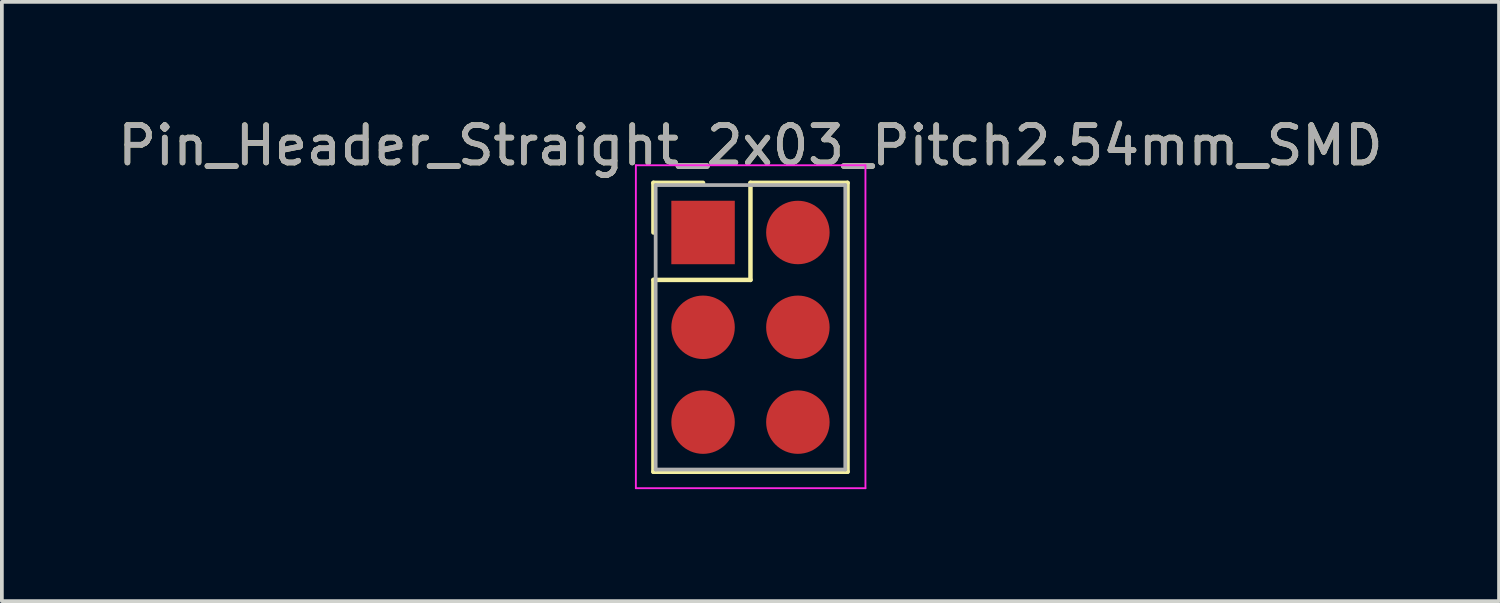
<source format=kicad_pcb>
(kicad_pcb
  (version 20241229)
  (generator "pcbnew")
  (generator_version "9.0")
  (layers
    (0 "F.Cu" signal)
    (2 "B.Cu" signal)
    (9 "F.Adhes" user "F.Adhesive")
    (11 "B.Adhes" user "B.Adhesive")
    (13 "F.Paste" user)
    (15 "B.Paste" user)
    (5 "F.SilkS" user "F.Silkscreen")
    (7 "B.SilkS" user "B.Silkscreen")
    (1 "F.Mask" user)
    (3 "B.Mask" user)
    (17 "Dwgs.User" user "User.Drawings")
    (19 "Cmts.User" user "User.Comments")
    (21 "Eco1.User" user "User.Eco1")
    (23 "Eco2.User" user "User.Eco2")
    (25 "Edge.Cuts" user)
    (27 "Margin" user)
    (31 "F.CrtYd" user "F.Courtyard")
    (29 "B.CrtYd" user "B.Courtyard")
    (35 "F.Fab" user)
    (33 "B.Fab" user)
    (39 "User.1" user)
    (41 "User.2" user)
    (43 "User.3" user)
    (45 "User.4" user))
  (footprint "Pin_Header_Straight_2x03_Pitch2.54mm_SMD"
    (layer "F.Cu")
    (at 15.784 3.178)
    (property "Reference" "Pin_Header_Straight_2x03_Pitch2.54mm_SMD" (at 1.27 -2.33 0) (layer "F.SilkS") (effects (font (size 1 1) (thickness 0.15))))
    (attr through_hole)
    (fp_line (start -1.33 -1.33) (end 0 -1.33) (stroke (width 0.12) (type solid)) (layer "F.SilkS"))
    (fp_line (start -1.33 0) (end -1.33 -1.33) (stroke (width 0.12) (type solid)) (layer "F.SilkS"))
    (fp_line (start -1.33 1.27) (end -1.33 6.41) (stroke (width 0.12) (type solid)) (layer "F.SilkS"))
    (fp_line (start -1.33 6.41) (end 3.87 6.41) (stroke (width 0.12) (type solid)) (layer "F.SilkS"))
    (fp_line (start 1.27 -1.33) (end 1.27 1.27) (stroke (width 0.12) (type solid)) (layer "F.SilkS"))
    (fp_line (start 1.27 1.27) (end -1.33 1.27) (stroke (width 0.12) (type solid)) (layer "F.SilkS"))
    (fp_line (start 3.87 -1.33) (end 1.27 -1.33) (stroke (width 0.12) (type solid)) (layer "F.SilkS"))
    (fp_line (start 3.87 6.41) (end 3.87 -1.33) (stroke (width 0.12) (type solid)) (layer "F.SilkS"))
    (fp_line (start -1.8 -1.8) (end -1.8 6.85) (stroke (width 0.05) (type solid)) (layer "F.CrtYd"))
    (fp_line (start -1.8 6.85) (end 4.35 6.85) (stroke (width 0.05) (type solid)) (layer "F.CrtYd"))
    (fp_line (start 4.35 -1.8) (end -1.8 -1.8) (stroke (width 0.05) (type solid)) (layer "F.CrtYd"))
    (fp_line (start 4.35 6.85) (end 4.35 -1.8) (stroke (width 0.05) (type solid)) (layer "F.CrtYd"))
    (fp_line (start -1.27 -1.27) (end -1.27 6.35) (stroke (width 0.1) (type solid)) (layer "F.Fab"))
    (fp_line (start -1.27 6.35) (end 3.81 6.35) (stroke (width 0.1) (type solid)) (layer "F.Fab"))
    (fp_line (start 3.81 -1.27) (end -1.27 -1.27) (stroke (width 0.1) (type solid)) (layer "F.Fab"))
    (fp_line (start 3.81 6.35) (end 3.81 -1.27) (stroke (width 0.1) (type solid)) (layer "F.Fab"))
    (fp_text user "${REFERENCE}" (at 1.27 -2.33 0) (layer "F.Fab") (effects (font (size 1 1) (thickness 0.15))))
    (pad "1" connect rect (at 0 0) (size 1.7 1.7) (layers "F.Cu" "F.Mask"))
    (pad "2" connect circle (at 2.54 0) (size 1.7 1.7) (layers "F.Cu" "F.Mask"))
    (pad "3" connect circle (at 0 2.54) (size 1.7 1.7) (layers "F.Cu" "F.Mask"))
    (pad "4" connect circle (at 2.54 2.54) (size 1.7 1.7) (layers "F.Cu" "F.Mask"))
    (pad "5" connect circle (at 0 5.08) (size 1.7 1.7) (layers "F.Cu" "F.Mask"))
    (pad "6" connect circle (at 2.54 5.08) (size 1.7 1.7) (layers "F.Cu" "F.Mask")))
  (gr_rect
    (start -3 -3)
    (end 37.107 13.053)
    (stroke (width 0.1) (type default))
    (fill no)
    (layer "Edge.Cuts")))
</source>
